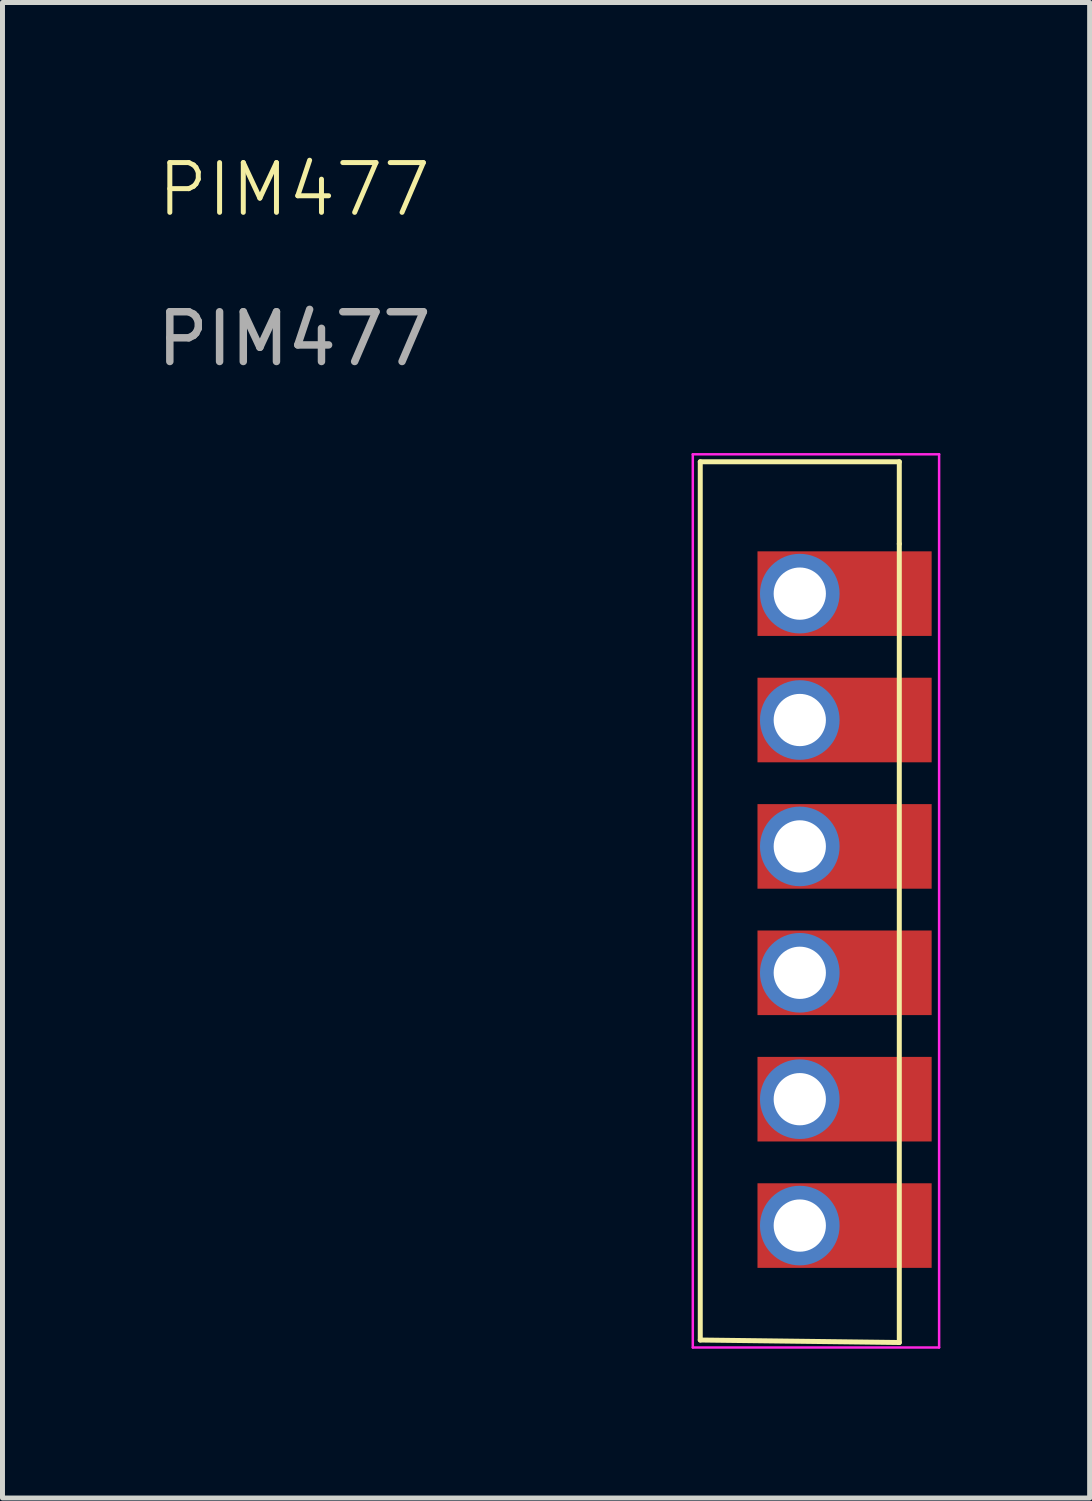
<source format=kicad_pcb>
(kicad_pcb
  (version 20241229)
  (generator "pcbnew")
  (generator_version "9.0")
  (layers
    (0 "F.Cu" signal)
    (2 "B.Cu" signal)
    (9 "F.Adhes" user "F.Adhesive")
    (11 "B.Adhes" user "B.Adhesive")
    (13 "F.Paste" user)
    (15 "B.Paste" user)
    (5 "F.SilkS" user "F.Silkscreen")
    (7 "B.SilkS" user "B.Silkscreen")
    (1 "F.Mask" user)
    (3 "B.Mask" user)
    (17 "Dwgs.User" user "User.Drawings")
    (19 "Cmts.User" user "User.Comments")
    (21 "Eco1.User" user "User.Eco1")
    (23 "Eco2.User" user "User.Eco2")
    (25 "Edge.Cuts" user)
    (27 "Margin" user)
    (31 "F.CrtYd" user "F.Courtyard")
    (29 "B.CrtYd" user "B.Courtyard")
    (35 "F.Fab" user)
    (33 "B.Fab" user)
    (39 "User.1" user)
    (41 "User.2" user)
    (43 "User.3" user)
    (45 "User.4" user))
  (footprint "PIM477"
    (layer "F.Cu")
    (at 13.023 8.88)
    (property "Reference" "PIM477" (at -10.16 -8.12 0) (unlocked yes) (layer "F.SilkS") (effects (font (size 1 1) (thickness 0.1))))
    (attr through_hole)
    (fp_line (start -2 -2.65) (end -2 15) (stroke (width 0.1) (type default)) (layer "F.SilkS"))
    (fp_line (start 2 -2.65) (end -2 -2.65) (stroke (width 0.1) (type default)) (layer "F.SilkS"))
    (fp_line (start 2 -1) (end 2 -2.65) (stroke (width 0.1) (type default)) (layer "F.SilkS"))
    (fp_line (start 2 15.05) (end -2 15) (stroke (width 0.1) (type default)) (layer "F.SilkS"))
    (fp_line (start 2 15.05) (end 2 -1) (stroke (width 0.1) (type default)) (layer "F.SilkS"))
    (fp_line (start -2.15 -2.8) (end 2.8 -2.8) (stroke (width 0.05) (type default)) (layer "F.CrtYd"))
    (fp_line (start -2.15 15.15) (end -2.15 -2.8) (stroke (width 0.05) (type default)) (layer "F.CrtYd"))
    (fp_line (start 2.8 -2.8) (end 2.8 15.15) (stroke (width 0.05) (type default)) (layer "F.CrtYd"))
    (fp_line (start 2.8 15.15) (end -2.15 15.15) (stroke (width 0.05) (type default)) (layer "F.CrtYd"))
    (fp_text user "${REFERENCE}" (at -10.16 -5.12 0) (unlocked yes) (layer "F.Fab") (effects (font (size 1 1) (thickness 0.15))))
    (pad "1" thru_hole circle (at 0 0) (size 1.6 1.6) (drill 1.05) (layers "*.Cu" "*.Mask"))
    (pad "1" smd rect (at 0 0) (size 3.5 1.7) (drill (offset 0.9 0)) (layers "F.Cu" "F.Paste"))
    (pad "2" thru_hole circle (at 0 2.54) (size 1.6 1.6) (drill 1.05) (layers "*.Cu" "*.Mask"))
    (pad "2" smd rect (at 0 2.54) (size 3.5 1.7) (drill (offset 0.9 0)) (layers "F.Cu" "F.Paste"))
    (pad "3" thru_hole circle (at 0 5.08) (size 1.6 1.6) (drill 1.05) (layers "*.Cu" "*.Mask"))
    (pad "3" smd rect (at 0 5.08) (size 3.5 1.7) (drill (offset 0.9 0)) (layers "F.Cu" "F.Paste"))
    (pad "4" thru_hole circle (at 0 7.62) (size 1.6 1.6) (drill 1.05) (layers "*.Cu" "*.Mask"))
    (pad "4" smd rect (at 0 7.62) (size 3.5 1.7) (drill (offset 0.9 0)) (layers "F.Cu" "F.Paste"))
    (pad "5" thru_hole circle (at 0 10.16) (size 1.6 1.6) (drill 1.05) (layers "*.Cu" "*.Mask"))
    (pad "5" smd rect (at 0 10.16) (size 3.5 1.7) (drill (offset 0.9 0)) (layers "F.Cu" "F.Paste"))
    (pad "6" thru_hole circle (at 0 12.7) (size 1.6 1.6) (drill 1.05) (layers "*.Cu" "*.Mask"))
    (pad "6" smd rect (at 0 12.7) (size 3.5 1.7) (drill (offset 0.9 0)) (layers "F.Cu" "F.Paste")))
  (gr_rect
    (start -3 -3)
    (end 18.848 27.055)
    (stroke (width 0.1) (type default))
    (fill no)
    (layer "Edge.Cuts")))
</source>
